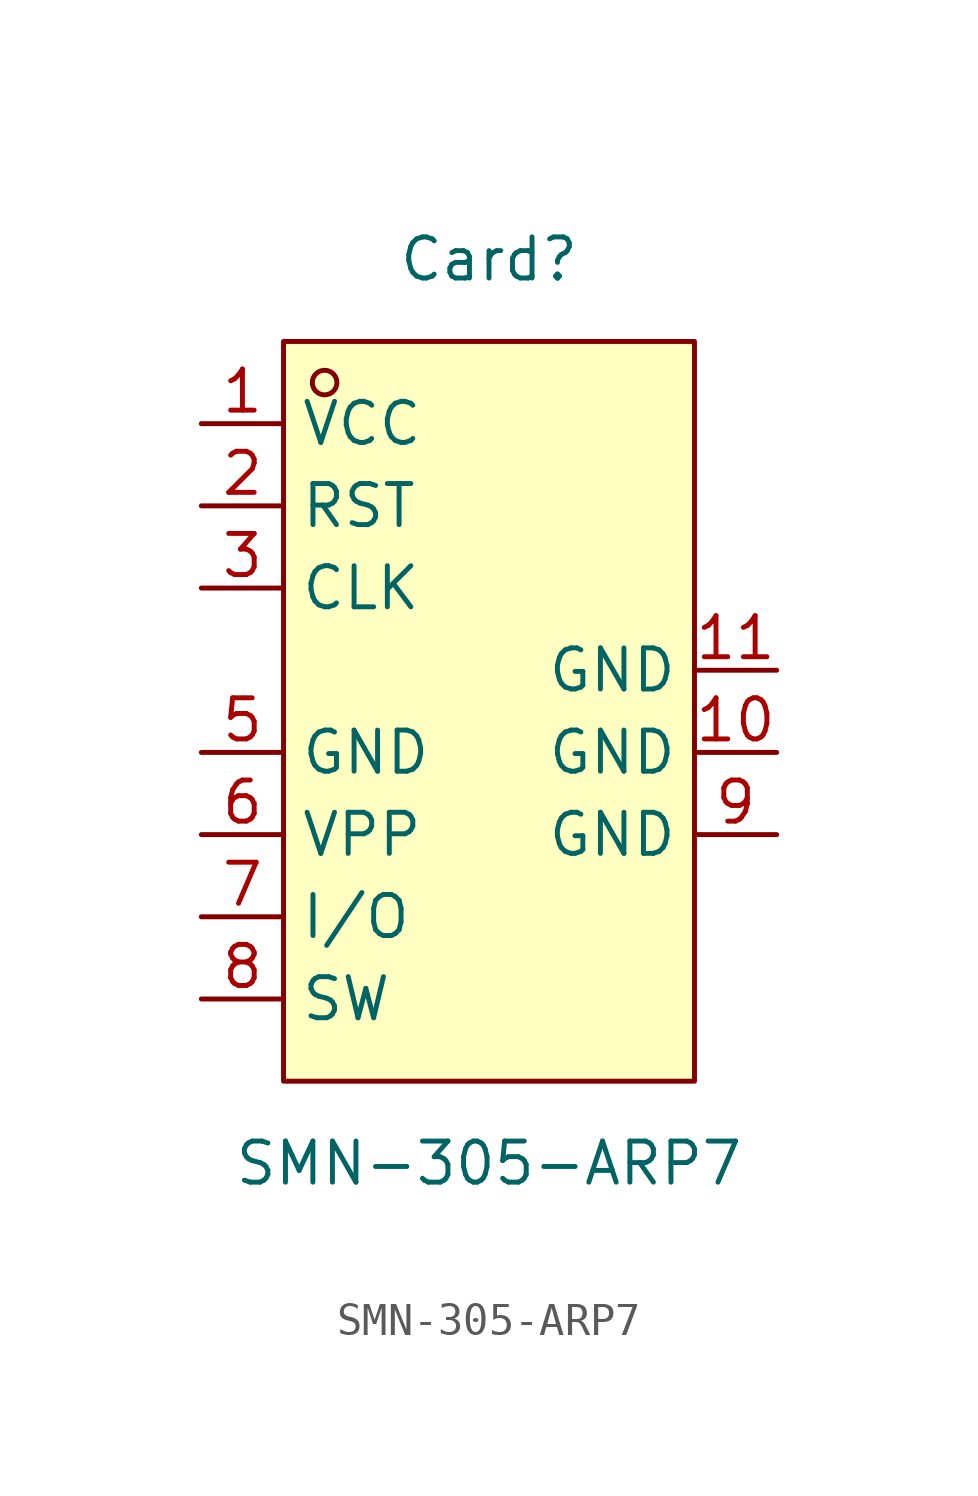
<source format=kicad_sym>
(kicad_symbol_lib
  (version 20211014)
  (generator https://github.com/uPesy/easyeda2kicad.py)
  (symbol "SMN-305-ARP7"
    (property "Reference" "Card"
      (at 0 13.97 0)
      (effects (font (size 1.27 1.27))))
    (property "Value" "SMN-305-ARP7"
      (at 0 -13.97 0)
      (effects (font (size 1.27 1.27))))
    (symbol "SMN-305-ARP7_0_1"
      (rectangle (start -6.35 11.43) (end 6.35 -11.43) (stroke (width 0) (type default) (color 0 0 0 0)) (fill (type background)))
      (circle (center -5.08 10.16) (radius 0.38) (stroke (width 0) (type default) (color 0 0 0 0)) (fill (type none)))
      (pin unspecified line (at -8.89 8.89 0) (length 2.54) (name "VCC" (effects (font (size 1.27 1.27)))) (number "1" (effects (font (size 1.27 1.27)))))
      (pin unspecified line (at -8.89 6.35 0) (length 2.54) (name "RST" (effects (font (size 1.27 1.27)))) (number "2" (effects (font (size 1.27 1.27)))))
      (pin unspecified line (at -8.89 3.81 0) (length 2.54) (name "CLK" (effects (font (size 1.27 1.27)))) (number "3" (effects (font (size 1.27 1.27)))))
      (pin unspecified line (at -8.89 -1.27 0) (length 2.54) (name "GND" (effects (font (size 1.27 1.27)))) (number "5" (effects (font (size 1.27 1.27)))))
      (pin unspecified line (at -8.89 -3.81 0) (length 2.54) (name "VPP" (effects (font (size 1.27 1.27)))) (number "6" (effects (font (size 1.27 1.27)))))
      (pin unspecified line (at -8.89 -6.35 0) (length 2.54) (name "I/O" (effects (font (size 1.27 1.27)))) (number "7" (effects (font (size 1.27 1.27)))))
      (pin unspecified line (at -8.89 -8.89 0) (length 2.54) (name "SW" (effects (font (size 1.27 1.27)))) (number "8" (effects (font (size 1.27 1.27)))))
      (pin unspecified line (at 8.89 -3.81 180) (length 2.54) (name "GND" (effects (font (size 1.27 1.27)))) (number "9" (effects (font (size 1.27 1.27)))))
      (pin unspecified line (at 8.89 -1.27 180) (length 2.54) (name "GND" (effects (font (size 1.27 1.27)))) (number "10" (effects (font (size 1.27 1.27)))))
      (pin unspecified line (at 8.89 1.27 180) (length 2.54) (name "GND" (effects (font (size 1.27 1.27)))) (number "11" (effects (font (size 1.27 1.27))))))))
</source>
